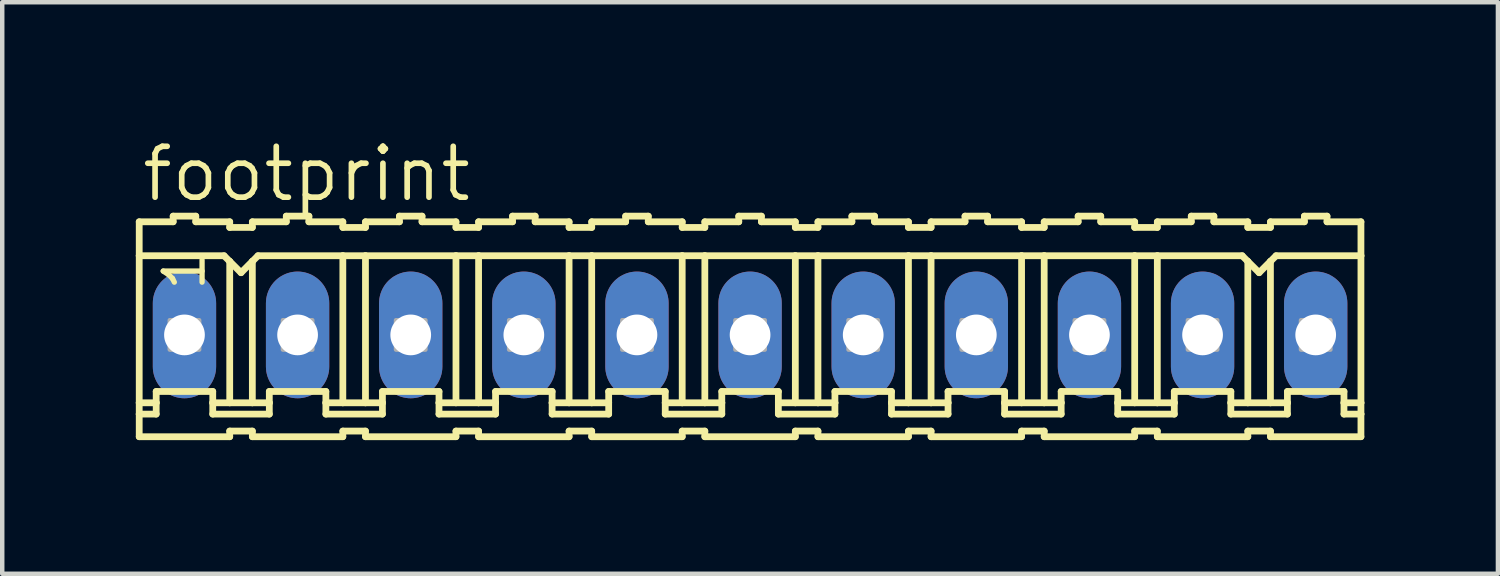
<source format=kicad_pcb>
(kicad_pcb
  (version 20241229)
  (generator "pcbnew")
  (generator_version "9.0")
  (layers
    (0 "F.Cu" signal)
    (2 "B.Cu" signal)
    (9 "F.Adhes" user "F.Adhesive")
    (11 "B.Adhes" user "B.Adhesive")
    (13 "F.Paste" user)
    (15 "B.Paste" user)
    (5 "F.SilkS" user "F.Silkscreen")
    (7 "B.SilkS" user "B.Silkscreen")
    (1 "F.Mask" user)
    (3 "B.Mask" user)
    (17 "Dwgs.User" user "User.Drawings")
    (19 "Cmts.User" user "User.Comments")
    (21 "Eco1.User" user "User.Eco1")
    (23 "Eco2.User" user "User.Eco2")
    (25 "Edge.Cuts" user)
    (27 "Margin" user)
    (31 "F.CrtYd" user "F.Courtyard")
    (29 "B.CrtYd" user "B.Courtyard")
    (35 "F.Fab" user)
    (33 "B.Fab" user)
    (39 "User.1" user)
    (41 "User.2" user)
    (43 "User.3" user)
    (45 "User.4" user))
  (footprint "footprint"
    (layer "F.Cu")
    (at 13.792 4.47)
    (property "Reference" "footprint" (at -13.716 -2.946 0) (layer "F.SilkS") (effects (font (size 1.143 1.143) (thickness 0.127)) (justify left bottom)))
    (fp_line (start -13.716 -2.54) (end -13.716 -1.778) (stroke (width 0.152) (type solid)) (layer "F.SilkS"))
    (fp_line (start -13.716 -2.54) (end -12.954 -2.54) (stroke (width 0.152) (type solid)) (layer "F.SilkS"))
    (fp_line (start -13.716 -1.778) (end -13.716 1.524) (stroke (width 0.152) (type solid)) (layer "F.SilkS"))
    (fp_line (start -13.716 1.524) (end -13.716 1.778) (stroke (width 0.152) (type solid)) (layer "F.SilkS"))
    (fp_line (start -13.716 1.778) (end -13.716 2.286) (stroke (width 0.152) (type solid)) (layer "F.SilkS"))
    (fp_line (start -13.716 1.778) (end -13.335 1.778) (stroke (width 0.152) (type solid)) (layer "F.SilkS"))
    (fp_line (start -13.335 1.27) (end -12.065 1.27) (stroke (width 0.152) (type solid)) (layer "F.SilkS"))
    (fp_line (start -13.335 1.524) (end -13.716 1.524) (stroke (width 0.152) (type solid)) (layer "F.SilkS"))
    (fp_line (start -13.335 1.524) (end -13.335 1.27) (stroke (width 0.152) (type solid)) (layer "F.SilkS"))
    (fp_line (start -13.335 1.778) (end -13.335 1.524) (stroke (width 0.152) (type solid)) (layer "F.SilkS"))
    (fp_line (start -12.954 -2.54) (end -12.954 -2.667) (stroke (width 0.152) (type solid)) (layer "F.SilkS"))
    (fp_line (start -12.446 -2.667) (end -12.954 -2.667) (stroke (width 0.152) (type solid)) (layer "F.SilkS"))
    (fp_line (start -12.446 -2.54) (end -12.446 -2.667) (stroke (width 0.152) (type solid)) (layer "F.SilkS"))
    (fp_line (start -12.065 1.524) (end -12.065 1.27) (stroke (width 0.152) (type solid)) (layer "F.SilkS"))
    (fp_line (start -12.065 1.524) (end -11.684 1.524) (stroke (width 0.152) (type solid)) (layer "F.SilkS"))
    (fp_line (start -12.065 1.778) (end -12.065 1.524) (stroke (width 0.152) (type solid)) (layer "F.SilkS"))
    (fp_line (start -11.811 -1.778) (end -13.716 -1.778) (stroke (width 0.152) (type solid)) (layer "F.SilkS"))
    (fp_line (start -11.811 -1.778) (end -11.684 -1.651) (stroke (width 0.152) (type solid)) (layer "F.SilkS"))
    (fp_line (start -11.684 -2.54) (end -12.446 -2.54) (stroke (width 0.152) (type solid)) (layer "F.SilkS"))
    (fp_line (start -11.684 -2.413) (end -11.684 -2.54) (stroke (width 0.152) (type solid)) (layer "F.SilkS"))
    (fp_line (start -11.684 -2.413) (end -11.176 -2.413) (stroke (width 0.152) (type solid)) (layer "F.SilkS"))
    (fp_line (start -11.684 -1.651) (end -11.684 1.524) (stroke (width 0.152) (type solid)) (layer "F.SilkS"))
    (fp_line (start -11.684 -1.651) (end -11.43 -1.397) (stroke (width 0.152) (type solid)) (layer "F.SilkS"))
    (fp_line (start -11.684 1.524) (end -11.176 1.524) (stroke (width 0.152) (type solid)) (layer "F.SilkS"))
    (fp_line (start -11.684 2.159) (end -11.684 2.286) (stroke (width 0.152) (type solid)) (layer "F.SilkS"))
    (fp_line (start -11.684 2.286) (end -13.716 2.286) (stroke (width 0.152) (type solid)) (layer "F.SilkS"))
    (fp_line (start -11.43 -1.397) (end -11.176 -1.651) (stroke (width 0.152) (type solid)) (layer "F.SilkS"))
    (fp_line (start -11.176 -2.54) (end -10.414 -2.54) (stroke (width 0.152) (type solid)) (layer "F.SilkS"))
    (fp_line (start -11.176 -2.413) (end -11.176 -2.54) (stroke (width 0.152) (type solid)) (layer "F.SilkS"))
    (fp_line (start -11.176 -1.651) (end -11.176 1.524) (stroke (width 0.152) (type solid)) (layer "F.SilkS"))
    (fp_line (start -11.176 -1.651) (end -11.049 -1.778) (stroke (width 0.152) (type solid)) (layer "F.SilkS"))
    (fp_line (start -11.176 1.524) (end -10.795 1.524) (stroke (width 0.152) (type solid)) (layer "F.SilkS"))
    (fp_line (start -11.176 2.159) (end -11.684 2.159) (stroke (width 0.152) (type solid)) (layer "F.SilkS"))
    (fp_line (start -11.176 2.159) (end -11.176 2.286) (stroke (width 0.152) (type solid)) (layer "F.SilkS"))
    (fp_line (start -11.176 2.286) (end -9.144 2.286) (stroke (width 0.152) (type solid)) (layer "F.SilkS"))
    (fp_line (start -11.049 -1.778) (end -9.144 -1.778) (stroke (width 0.152) (type solid)) (layer "F.SilkS"))
    (fp_line (start -10.795 1.27) (end -9.525 1.27) (stroke (width 0.152) (type solid)) (layer "F.SilkS"))
    (fp_line (start -10.795 1.524) (end -10.795 1.27) (stroke (width 0.152) (type solid)) (layer "F.SilkS"))
    (fp_line (start -10.795 1.778) (end -12.065 1.778) (stroke (width 0.152) (type solid)) (layer "F.SilkS"))
    (fp_line (start -10.795 1.778) (end -10.795 1.524) (stroke (width 0.152) (type solid)) (layer "F.SilkS"))
    (fp_line (start -10.414 -2.54) (end -10.414 -2.667) (stroke (width 0.152) (type solid)) (layer "F.SilkS"))
    (fp_line (start -9.906 -2.667) (end -10.414 -2.667) (stroke (width 0.152) (type solid)) (layer "F.SilkS"))
    (fp_line (start -9.906 -2.54) (end -9.906 -2.667) (stroke (width 0.152) (type solid)) (layer "F.SilkS"))
    (fp_line (start -9.906 -2.54) (end -9.144 -2.54) (stroke (width 0.152) (type solid)) (layer "F.SilkS"))
    (fp_line (start -9.525 1.524) (end -9.525 1.27) (stroke (width 0.152) (type solid)) (layer "F.SilkS"))
    (fp_line (start -9.525 1.524) (end -9.144 1.524) (stroke (width 0.152) (type solid)) (layer "F.SilkS"))
    (fp_line (start -9.525 1.778) (end -9.525 1.524) (stroke (width 0.152) (type solid)) (layer "F.SilkS"))
    (fp_line (start -9.525 1.778) (end -8.255 1.778) (stroke (width 0.152) (type solid)) (layer "F.SilkS"))
    (fp_line (start -9.144 -2.413) (end -9.144 -2.54) (stroke (width 0.152) (type solid)) (layer "F.SilkS"))
    (fp_line (start -9.144 -1.778) (end -9.144 1.524) (stroke (width 0.152) (type solid)) (layer "F.SilkS"))
    (fp_line (start -9.144 -1.778) (end -8.636 -1.778) (stroke (width 0.152) (type solid)) (layer "F.SilkS"))
    (fp_line (start -9.144 1.524) (end -8.636 1.524) (stroke (width 0.152) (type solid)) (layer "F.SilkS"))
    (fp_line (start -9.144 2.159) (end -9.144 2.286) (stroke (width 0.152) (type solid)) (layer "F.SilkS"))
    (fp_line (start -8.636 -2.54) (end -7.874 -2.54) (stroke (width 0.152) (type solid)) (layer "F.SilkS"))
    (fp_line (start -8.636 -2.413) (end -9.144 -2.413) (stroke (width 0.152) (type solid)) (layer "F.SilkS"))
    (fp_line (start -8.636 -2.413) (end -8.636 -2.54) (stroke (width 0.152) (type solid)) (layer "F.SilkS"))
    (fp_line (start -8.636 -1.778) (end -8.636 1.524) (stroke (width 0.152) (type solid)) (layer "F.SilkS"))
    (fp_line (start -8.636 -1.778) (end -6.604 -1.778) (stroke (width 0.152) (type solid)) (layer "F.SilkS"))
    (fp_line (start -8.636 1.524) (end -8.255 1.524) (stroke (width 0.152) (type solid)) (layer "F.SilkS"))
    (fp_line (start -8.636 2.159) (end -9.144 2.159) (stroke (width 0.152) (type solid)) (layer "F.SilkS"))
    (fp_line (start -8.636 2.159) (end -8.636 2.286) (stroke (width 0.152) (type solid)) (layer "F.SilkS"))
    (fp_line (start -8.255 1.27) (end -6.985 1.27) (stroke (width 0.152) (type solid)) (layer "F.SilkS"))
    (fp_line (start -8.255 1.524) (end -8.255 1.27) (stroke (width 0.152) (type solid)) (layer "F.SilkS"))
    (fp_line (start -8.255 1.778) (end -8.255 1.524) (stroke (width 0.152) (type solid)) (layer "F.SilkS"))
    (fp_line (start -7.874 -2.54) (end -7.874 -2.667) (stroke (width 0.152) (type solid)) (layer "F.SilkS"))
    (fp_line (start -7.366 -2.667) (end -7.874 -2.667) (stroke (width 0.152) (type solid)) (layer "F.SilkS"))
    (fp_line (start -7.366 -2.54) (end -7.366 -2.667) (stroke (width 0.152) (type solid)) (layer "F.SilkS"))
    (fp_line (start -7.366 -2.54) (end -6.604 -2.54) (stroke (width 0.152) (type solid)) (layer "F.SilkS"))
    (fp_line (start -6.985 1.524) (end -6.985 1.27) (stroke (width 0.152) (type solid)) (layer "F.SilkS"))
    (fp_line (start -6.985 1.524) (end -6.604 1.524) (stroke (width 0.152) (type solid)) (layer "F.SilkS"))
    (fp_line (start -6.985 1.778) (end -6.985 1.524) (stroke (width 0.152) (type solid)) (layer "F.SilkS"))
    (fp_line (start -6.604 -2.54) (end -6.604 -2.413) (stroke (width 0.152) (type solid)) (layer "F.SilkS"))
    (fp_line (start -6.604 -1.778) (end -6.604 1.524) (stroke (width 0.152) (type solid)) (layer "F.SilkS"))
    (fp_line (start -6.604 2.159) (end -6.604 2.286) (stroke (width 0.152) (type solid)) (layer "F.SilkS"))
    (fp_line (start -6.604 2.286) (end -8.636 2.286) (stroke (width 0.152) (type solid)) (layer "F.SilkS"))
    (fp_line (start -6.096 -2.54) (end -6.096 -2.413) (stroke (width 0.152) (type solid)) (layer "F.SilkS"))
    (fp_line (start -6.096 -2.54) (end -5.334 -2.54) (stroke (width 0.152) (type solid)) (layer "F.SilkS"))
    (fp_line (start -6.096 -2.413) (end -6.604 -2.413) (stroke (width 0.152) (type solid)) (layer "F.SilkS"))
    (fp_line (start -6.096 -1.778) (end -6.604 -1.778) (stroke (width 0.152) (type solid)) (layer "F.SilkS"))
    (fp_line (start -6.096 -1.778) (end -6.096 1.524) (stroke (width 0.152) (type solid)) (layer "F.SilkS"))
    (fp_line (start -6.096 -1.778) (end -4.064 -1.778) (stroke (width 0.152) (type solid)) (layer "F.SilkS"))
    (fp_line (start -6.096 1.524) (end -6.604 1.524) (stroke (width 0.152) (type solid)) (layer "F.SilkS"))
    (fp_line (start -6.096 2.159) (end -6.604 2.159) (stroke (width 0.152) (type solid)) (layer "F.SilkS"))
    (fp_line (start -6.096 2.159) (end -6.096 2.286) (stroke (width 0.152) (type solid)) (layer "F.SilkS"))
    (fp_line (start -5.715 1.27) (end -4.445 1.27) (stroke (width 0.152) (type solid)) (layer "F.SilkS"))
    (fp_line (start -5.715 1.524) (end -6.096 1.524) (stroke (width 0.152) (type solid)) (layer "F.SilkS"))
    (fp_line (start -5.715 1.524) (end -5.715 1.27) (stroke (width 0.152) (type solid)) (layer "F.SilkS"))
    (fp_line (start -5.715 1.778) (end -6.985 1.778) (stroke (width 0.152) (type solid)) (layer "F.SilkS"))
    (fp_line (start -5.715 1.778) (end -5.715 1.524) (stroke (width 0.152) (type solid)) (layer "F.SilkS"))
    (fp_line (start -5.334 -2.54) (end -5.334 -2.667) (stroke (width 0.152) (type solid)) (layer "F.SilkS"))
    (fp_line (start -4.826 -2.667) (end -5.334 -2.667) (stroke (width 0.152) (type solid)) (layer "F.SilkS"))
    (fp_line (start -4.826 -2.54) (end -4.826 -2.667) (stroke (width 0.152) (type solid)) (layer "F.SilkS"))
    (fp_line (start -4.445 1.524) (end -4.445 1.27) (stroke (width 0.152) (type solid)) (layer "F.SilkS"))
    (fp_line (start -4.445 1.524) (end -4.064 1.524) (stroke (width 0.152) (type solid)) (layer "F.SilkS"))
    (fp_line (start -4.445 1.778) (end -4.445 1.524) (stroke (width 0.152) (type solid)) (layer "F.SilkS"))
    (fp_line (start -4.064 -2.54) (end -4.826 -2.54) (stroke (width 0.152) (type solid)) (layer "F.SilkS"))
    (fp_line (start -4.064 -2.413) (end -4.064 -2.54) (stroke (width 0.152) (type solid)) (layer "F.SilkS"))
    (fp_line (start -4.064 -2.413) (end -3.556 -2.413) (stroke (width 0.152) (type solid)) (layer "F.SilkS"))
    (fp_line (start -4.064 -1.778) (end -4.064 1.524) (stroke (width 0.152) (type solid)) (layer "F.SilkS"))
    (fp_line (start -4.064 -1.778) (end -3.556 -1.778) (stroke (width 0.152) (type solid)) (layer "F.SilkS"))
    (fp_line (start -4.064 1.524) (end -3.556 1.524) (stroke (width 0.152) (type solid)) (layer "F.SilkS"))
    (fp_line (start -4.064 2.159) (end -4.064 2.286) (stroke (width 0.152) (type solid)) (layer "F.SilkS"))
    (fp_line (start -4.064 2.286) (end -6.096 2.286) (stroke (width 0.152) (type solid)) (layer "F.SilkS"))
    (fp_line (start -3.556 -2.54) (end -2.794 -2.54) (stroke (width 0.152) (type solid)) (layer "F.SilkS"))
    (fp_line (start -3.556 -2.413) (end -3.556 -2.54) (stroke (width 0.152) (type solid)) (layer "F.SilkS"))
    (fp_line (start -3.556 -1.778) (end -3.556 1.524) (stroke (width 0.152) (type solid)) (layer "F.SilkS"))
    (fp_line (start -3.556 -1.778) (end -1.524 -1.778) (stroke (width 0.152) (type solid)) (layer "F.SilkS"))
    (fp_line (start -3.556 1.524) (end -3.175 1.524) (stroke (width 0.152) (type solid)) (layer "F.SilkS"))
    (fp_line (start -3.556 2.159) (end -4.064 2.159) (stroke (width 0.152) (type solid)) (layer "F.SilkS"))
    (fp_line (start -3.556 2.159) (end -3.556 2.286) (stroke (width 0.152) (type solid)) (layer "F.SilkS"))
    (fp_line (start -3.175 1.27) (end -1.905 1.27) (stroke (width 0.152) (type solid)) (layer "F.SilkS"))
    (fp_line (start -3.175 1.524) (end -3.175 1.27) (stroke (width 0.152) (type solid)) (layer "F.SilkS"))
    (fp_line (start -3.175 1.778) (end -4.445 1.778) (stroke (width 0.152) (type solid)) (layer "F.SilkS"))
    (fp_line (start -3.175 1.778) (end -3.175 1.524) (stroke (width 0.152) (type solid)) (layer "F.SilkS"))
    (fp_line (start -2.794 -2.54) (end -2.794 -2.667) (stroke (width 0.152) (type solid)) (layer "F.SilkS"))
    (fp_line (start -2.286 -2.667) (end -2.794 -2.667) (stroke (width 0.152) (type solid)) (layer "F.SilkS"))
    (fp_line (start -2.286 -2.54) (end -2.286 -2.667) (stroke (width 0.152) (type solid)) (layer "F.SilkS"))
    (fp_line (start -1.905 1.524) (end -1.905 1.27) (stroke (width 0.152) (type solid)) (layer "F.SilkS"))
    (fp_line (start -1.905 1.524) (end -1.524 1.524) (stroke (width 0.152) (type solid)) (layer "F.SilkS"))
    (fp_line (start -1.905 1.778) (end -1.905 1.524) (stroke (width 0.152) (type solid)) (layer "F.SilkS"))
    (fp_line (start -1.524 -2.54) (end -2.286 -2.54) (stroke (width 0.152) (type solid)) (layer "F.SilkS"))
    (fp_line (start -1.524 -2.413) (end -1.524 -2.54) (stroke (width 0.152) (type solid)) (layer "F.SilkS"))
    (fp_line (start -1.524 -2.413) (end -1.016 -2.413) (stroke (width 0.152) (type solid)) (layer "F.SilkS"))
    (fp_line (start -1.524 -1.778) (end -1.524 1.524) (stroke (width 0.152) (type solid)) (layer "F.SilkS"))
    (fp_line (start -1.524 -1.778) (end -1.016 -1.778) (stroke (width 0.152) (type solid)) (layer "F.SilkS"))
    (fp_line (start -1.524 1.524) (end -1.016 1.524) (stroke (width 0.152) (type solid)) (layer "F.SilkS"))
    (fp_line (start -1.524 2.159) (end -1.524 2.286) (stroke (width 0.152) (type solid)) (layer "F.SilkS"))
    (fp_line (start -1.524 2.286) (end -3.556 2.286) (stroke (width 0.152) (type solid)) (layer "F.SilkS"))
    (fp_line (start -1.016 -2.54) (end -0.254 -2.54) (stroke (width 0.152) (type solid)) (layer "F.SilkS"))
    (fp_line (start -1.016 -2.413) (end -1.016 -2.54) (stroke (width 0.152) (type solid)) (layer "F.SilkS"))
    (fp_line (start -1.016 -1.778) (end -1.016 1.524) (stroke (width 0.152) (type solid)) (layer "F.SilkS"))
    (fp_line (start -1.016 -1.778) (end 1.016 -1.778) (stroke (width 0.152) (type solid)) (layer "F.SilkS"))
    (fp_line (start -1.016 1.524) (end -0.635 1.524) (stroke (width 0.152) (type solid)) (layer "F.SilkS"))
    (fp_line (start -1.016 2.159) (end -1.524 2.159) (stroke (width 0.152) (type solid)) (layer "F.SilkS"))
    (fp_line (start -1.016 2.159) (end -1.016 2.286) (stroke (width 0.152) (type solid)) (layer "F.SilkS"))
    (fp_line (start -0.635 1.27) (end 0.635 1.27) (stroke (width 0.152) (type solid)) (layer "F.SilkS"))
    (fp_line (start -0.635 1.524) (end -0.635 1.27) (stroke (width 0.152) (type solid)) (layer "F.SilkS"))
    (fp_line (start -0.635 1.778) (end -1.905 1.778) (stroke (width 0.152) (type solid)) (layer "F.SilkS"))
    (fp_line (start -0.635 1.778) (end -0.635 1.524) (stroke (width 0.152) (type solid)) (layer "F.SilkS"))
    (fp_line (start -0.254 -2.54) (end -0.254 -2.667) (stroke (width 0.152) (type solid)) (layer "F.SilkS"))
    (fp_line (start 0.254 -2.667) (end -0.254 -2.667) (stroke (width 0.152) (type solid)) (layer "F.SilkS"))
    (fp_line (start 0.254 -2.54) (end 0.254 -2.667) (stroke (width 0.152) (type solid)) (layer "F.SilkS"))
    (fp_line (start 0.635 1.524) (end 0.635 1.27) (stroke (width 0.152) (type solid)) (layer "F.SilkS"))
    (fp_line (start 0.635 1.524) (end 1.016 1.524) (stroke (width 0.152) (type solid)) (layer "F.SilkS"))
    (fp_line (start 0.635 1.778) (end 0.635 1.524) (stroke (width 0.152) (type solid)) (layer "F.SilkS"))
    (fp_line (start 1.016 -2.54) (end 0.254 -2.54) (stroke (width 0.152) (type solid)) (layer "F.SilkS"))
    (fp_line (start 1.016 -2.413) (end 1.016 -2.54) (stroke (width 0.152) (type solid)) (layer "F.SilkS"))
    (fp_line (start 1.016 -2.413) (end 1.524 -2.413) (stroke (width 0.152) (type solid)) (layer "F.SilkS"))
    (fp_line (start 1.016 -1.778) (end 1.016 1.524) (stroke (width 0.152) (type solid)) (layer "F.SilkS"))
    (fp_line (start 1.016 -1.778) (end 1.524 -1.778) (stroke (width 0.152) (type solid)) (layer "F.SilkS"))
    (fp_line (start 1.016 1.524) (end 1.524 1.524) (stroke (width 0.152) (type solid)) (layer "F.SilkS"))
    (fp_line (start 1.016 2.159) (end 1.016 2.286) (stroke (width 0.152) (type solid)) (layer "F.SilkS"))
    (fp_line (start 1.016 2.286) (end -1.016 2.286) (stroke (width 0.152) (type solid)) (layer "F.SilkS"))
    (fp_line (start 1.524 -2.54) (end 2.286 -2.54) (stroke (width 0.152) (type solid)) (layer "F.SilkS"))
    (fp_line (start 1.524 -2.413) (end 1.524 -2.54) (stroke (width 0.152) (type solid)) (layer "F.SilkS"))
    (fp_line (start 1.524 -1.778) (end 1.524 1.524) (stroke (width 0.152) (type solid)) (layer "F.SilkS"))
    (fp_line (start 1.524 -1.778) (end 3.556 -1.778) (stroke (width 0.152) (type solid)) (layer "F.SilkS"))
    (fp_line (start 1.524 1.524) (end 1.905 1.524) (stroke (width 0.152) (type solid)) (layer "F.SilkS"))
    (fp_line (start 1.524 2.159) (end 1.016 2.159) (stroke (width 0.152) (type solid)) (layer "F.SilkS"))
    (fp_line (start 1.524 2.159) (end 1.524 2.286) (stroke (width 0.152) (type solid)) (layer "F.SilkS"))
    (fp_line (start 1.905 1.27) (end 3.175 1.27) (stroke (width 0.152) (type solid)) (layer "F.SilkS"))
    (fp_line (start 1.905 1.524) (end 1.905 1.27) (stroke (width 0.152) (type solid)) (layer "F.SilkS"))
    (fp_line (start 1.905 1.778) (end 0.635 1.778) (stroke (width 0.152) (type solid)) (layer "F.SilkS"))
    (fp_line (start 1.905 1.778) (end 1.905 1.524) (stroke (width 0.152) (type solid)) (layer "F.SilkS"))
    (fp_line (start 2.286 -2.54) (end 2.286 -2.667) (stroke (width 0.152) (type solid)) (layer "F.SilkS"))
    (fp_line (start 2.794 -2.667) (end 2.286 -2.667) (stroke (width 0.152) (type solid)) (layer "F.SilkS"))
    (fp_line (start 2.794 -2.54) (end 2.794 -2.667) (stroke (width 0.152) (type solid)) (layer "F.SilkS"))
    (fp_line (start 3.175 1.524) (end 3.175 1.27) (stroke (width 0.152) (type solid)) (layer "F.SilkS"))
    (fp_line (start 3.175 1.524) (end 3.556 1.524) (stroke (width 0.152) (type solid)) (layer "F.SilkS"))
    (fp_line (start 3.175 1.778) (end 3.175 1.524) (stroke (width 0.152) (type solid)) (layer "F.SilkS"))
    (fp_line (start 3.556 -2.54) (end 2.794 -2.54) (stroke (width 0.152) (type solid)) (layer "F.SilkS"))
    (fp_line (start 3.556 -2.413) (end 3.556 -2.54) (stroke (width 0.152) (type solid)) (layer "F.SilkS"))
    (fp_line (start 3.556 -2.413) (end 4.064 -2.413) (stroke (width 0.152) (type solid)) (layer "F.SilkS"))
    (fp_line (start 3.556 -1.778) (end 3.556 1.524) (stroke (width 0.152) (type solid)) (layer "F.SilkS"))
    (fp_line (start 3.556 -1.778) (end 4.064 -1.778) (stroke (width 0.152) (type solid)) (layer "F.SilkS"))
    (fp_line (start 3.556 1.524) (end 4.064 1.524) (stroke (width 0.152) (type solid)) (layer "F.SilkS"))
    (fp_line (start 3.556 2.159) (end 3.556 2.286) (stroke (width 0.152) (type solid)) (layer "F.SilkS"))
    (fp_line (start 3.556 2.286) (end 1.524 2.286) (stroke (width 0.152) (type solid)) (layer "F.SilkS"))
    (fp_line (start 4.064 -2.54) (end 4.826 -2.54) (stroke (width 0.152) (type solid)) (layer "F.SilkS"))
    (fp_line (start 4.064 -2.413) (end 4.064 -2.54) (stroke (width 0.152) (type solid)) (layer "F.SilkS"))
    (fp_line (start 4.064 -1.778) (end 4.064 1.524) (stroke (width 0.152) (type solid)) (layer "F.SilkS"))
    (fp_line (start 4.064 -1.778) (end 6.096 -1.778) (stroke (width 0.152) (type solid)) (layer "F.SilkS"))
    (fp_line (start 4.064 1.524) (end 4.445 1.524) (stroke (width 0.152) (type solid)) (layer "F.SilkS"))
    (fp_line (start 4.064 2.159) (end 3.556 2.159) (stroke (width 0.152) (type solid)) (layer "F.SilkS"))
    (fp_line (start 4.064 2.159) (end 4.064 2.286) (stroke (width 0.152) (type solid)) (layer "F.SilkS"))
    (fp_line (start 4.445 1.27) (end 5.715 1.27) (stroke (width 0.152) (type solid)) (layer "F.SilkS"))
    (fp_line (start 4.445 1.524) (end 4.445 1.27) (stroke (width 0.152) (type solid)) (layer "F.SilkS"))
    (fp_line (start 4.445 1.778) (end 3.175 1.778) (stroke (width 0.152) (type solid)) (layer "F.SilkS"))
    (fp_line (start 4.445 1.778) (end 4.445 1.524) (stroke (width 0.152) (type solid)) (layer "F.SilkS"))
    (fp_line (start 4.826 -2.54) (end 4.826 -2.667) (stroke (width 0.152) (type solid)) (layer "F.SilkS"))
    (fp_line (start 5.334 -2.667) (end 4.826 -2.667) (stroke (width 0.152) (type solid)) (layer "F.SilkS"))
    (fp_line (start 5.334 -2.54) (end 5.334 -2.667) (stroke (width 0.152) (type solid)) (layer "F.SilkS"))
    (fp_line (start 5.715 1.524) (end 5.715 1.27) (stroke (width 0.152) (type solid)) (layer "F.SilkS"))
    (fp_line (start 5.715 1.524) (end 6.096 1.524) (stroke (width 0.152) (type solid)) (layer "F.SilkS"))
    (fp_line (start 5.715 1.778) (end 5.715 1.524) (stroke (width 0.152) (type solid)) (layer "F.SilkS"))
    (fp_line (start 6.096 -2.54) (end 5.334 -2.54) (stroke (width 0.152) (type solid)) (layer "F.SilkS"))
    (fp_line (start 6.096 -2.413) (end 6.096 -2.54) (stroke (width 0.152) (type solid)) (layer "F.SilkS"))
    (fp_line (start 6.096 -2.413) (end 6.604 -2.413) (stroke (width 0.152) (type solid)) (layer "F.SilkS"))
    (fp_line (start 6.096 -1.778) (end 6.096 1.524) (stroke (width 0.152) (type solid)) (layer "F.SilkS"))
    (fp_line (start 6.096 -1.778) (end 6.604 -1.778) (stroke (width 0.152) (type solid)) (layer "F.SilkS"))
    (fp_line (start 6.096 1.524) (end 6.604 1.524) (stroke (width 0.152) (type solid)) (layer "F.SilkS"))
    (fp_line (start 6.096 2.159) (end 6.096 2.286) (stroke (width 0.152) (type solid)) (layer "F.SilkS"))
    (fp_line (start 6.096 2.286) (end 4.064 2.286) (stroke (width 0.152) (type solid)) (layer "F.SilkS"))
    (fp_line (start 6.604 -2.54) (end 7.366 -2.54) (stroke (width 0.152) (type solid)) (layer "F.SilkS"))
    (fp_line (start 6.604 -2.413) (end 6.604 -2.54) (stroke (width 0.152) (type solid)) (layer "F.SilkS"))
    (fp_line (start 6.604 -1.778) (end 6.604 1.524) (stroke (width 0.152) (type solid)) (layer "F.SilkS"))
    (fp_line (start 6.604 -1.778) (end 8.636 -1.778) (stroke (width 0.152) (type solid)) (layer "F.SilkS"))
    (fp_line (start 6.604 1.524) (end 6.985 1.524) (stroke (width 0.152) (type solid)) (layer "F.SilkS"))
    (fp_line (start 6.604 2.159) (end 6.096 2.159) (stroke (width 0.152) (type solid)) (layer "F.SilkS"))
    (fp_line (start 6.604 2.159) (end 6.604 2.286) (stroke (width 0.152) (type solid)) (layer "F.SilkS"))
    (fp_line (start 6.985 1.27) (end 8.255 1.27) (stroke (width 0.152) (type solid)) (layer "F.SilkS"))
    (fp_line (start 6.985 1.524) (end 6.985 1.27) (stroke (width 0.152) (type solid)) (layer "F.SilkS"))
    (fp_line (start 6.985 1.778) (end 5.715 1.778) (stroke (width 0.152) (type solid)) (layer "F.SilkS"))
    (fp_line (start 6.985 1.778) (end 6.985 1.524) (stroke (width 0.152) (type solid)) (layer "F.SilkS"))
    (fp_line (start 7.366 -2.54) (end 7.366 -2.667) (stroke (width 0.152) (type solid)) (layer "F.SilkS"))
    (fp_line (start 7.874 -2.667) (end 7.366 -2.667) (stroke (width 0.152) (type solid)) (layer "F.SilkS"))
    (fp_line (start 7.874 -2.54) (end 7.874 -2.667) (stroke (width 0.152) (type solid)) (layer "F.SilkS"))
    (fp_line (start 8.255 1.524) (end 8.255 1.27) (stroke (width 0.152) (type solid)) (layer "F.SilkS"))
    (fp_line (start 8.255 1.524) (end 8.636 1.524) (stroke (width 0.152) (type solid)) (layer "F.SilkS"))
    (fp_line (start 8.255 1.778) (end 8.255 1.524) (stroke (width 0.152) (type solid)) (layer "F.SilkS"))
    (fp_line (start 8.636 -2.54) (end 7.874 -2.54) (stroke (width 0.152) (type solid)) (layer "F.SilkS"))
    (fp_line (start 8.636 -2.413) (end 8.636 -2.54) (stroke (width 0.152) (type solid)) (layer "F.SilkS"))
    (fp_line (start 8.636 -2.413) (end 9.144 -2.413) (stroke (width 0.152) (type solid)) (layer "F.SilkS"))
    (fp_line (start 8.636 -1.778) (end 8.636 1.524) (stroke (width 0.152) (type solid)) (layer "F.SilkS"))
    (fp_line (start 8.636 -1.778) (end 9.144 -1.778) (stroke (width 0.152) (type solid)) (layer "F.SilkS"))
    (fp_line (start 8.636 1.524) (end 9.144 1.524) (stroke (width 0.152) (type solid)) (layer "F.SilkS"))
    (fp_line (start 8.636 2.159) (end 8.636 2.286) (stroke (width 0.152) (type solid)) (layer "F.SilkS"))
    (fp_line (start 8.636 2.286) (end 6.604 2.286) (stroke (width 0.152) (type solid)) (layer "F.SilkS"))
    (fp_line (start 9.144 -2.54) (end 9.906 -2.54) (stroke (width 0.152) (type solid)) (layer "F.SilkS"))
    (fp_line (start 9.144 -2.413) (end 9.144 -2.54) (stroke (width 0.152) (type solid)) (layer "F.SilkS"))
    (fp_line (start 9.144 -1.778) (end 9.144 1.524) (stroke (width 0.152) (type solid)) (layer "F.SilkS"))
    (fp_line (start 9.144 -1.778) (end 11.049 -1.778) (stroke (width 0.152) (type solid)) (layer "F.SilkS"))
    (fp_line (start 9.144 1.524) (end 9.525 1.524) (stroke (width 0.152) (type solid)) (layer "F.SilkS"))
    (fp_line (start 9.144 2.159) (end 8.636 2.159) (stroke (width 0.152) (type solid)) (layer "F.SilkS"))
    (fp_line (start 9.144 2.159) (end 9.144 2.286) (stroke (width 0.152) (type solid)) (layer "F.SilkS"))
    (fp_line (start 9.525 1.27) (end 10.795 1.27) (stroke (width 0.152) (type solid)) (layer "F.SilkS"))
    (fp_line (start 9.525 1.524) (end 9.525 1.27) (stroke (width 0.152) (type solid)) (layer "F.SilkS"))
    (fp_line (start 9.525 1.778) (end 8.255 1.778) (stroke (width 0.152) (type solid)) (layer "F.SilkS"))
    (fp_line (start 9.525 1.778) (end 9.525 1.524) (stroke (width 0.152) (type solid)) (layer "F.SilkS"))
    (fp_line (start 9.906 -2.54) (end 9.906 -2.667) (stroke (width 0.152) (type solid)) (layer "F.SilkS"))
    (fp_line (start 10.414 -2.667) (end 9.906 -2.667) (stroke (width 0.152) (type solid)) (layer "F.SilkS"))
    (fp_line (start 10.414 -2.54) (end 10.414 -2.667) (stroke (width 0.152) (type solid)) (layer "F.SilkS"))
    (fp_line (start 10.414 -2.54) (end 11.176 -2.54) (stroke (width 0.152) (type solid)) (layer "F.SilkS"))
    (fp_line (start 10.795 1.524) (end 10.795 1.27) (stroke (width 0.152) (type solid)) (layer "F.SilkS"))
    (fp_line (start 10.795 1.524) (end 11.176 1.524) (stroke (width 0.152) (type solid)) (layer "F.SilkS"))
    (fp_line (start 10.795 1.778) (end 10.795 1.524) (stroke (width 0.152) (type solid)) (layer "F.SilkS"))
    (fp_line (start 10.795 1.778) (end 12.065 1.778) (stroke (width 0.152) (type solid)) (layer "F.SilkS"))
    (fp_line (start 11.049 -1.778) (end 11.176 -1.651) (stroke (width 0.152) (type solid)) (layer "F.SilkS"))
    (fp_line (start 11.176 -2.413) (end 11.176 -2.54) (stroke (width 0.152) (type solid)) (layer "F.SilkS"))
    (fp_line (start 11.176 -1.651) (end 11.176 1.524) (stroke (width 0.152) (type solid)) (layer "F.SilkS"))
    (fp_line (start 11.176 -1.651) (end 11.43 -1.397) (stroke (width 0.152) (type solid)) (layer "F.SilkS"))
    (fp_line (start 11.176 1.524) (end 11.684 1.524) (stroke (width 0.152) (type solid)) (layer "F.SilkS"))
    (fp_line (start 11.176 2.159) (end 11.176 2.286) (stroke (width 0.152) (type solid)) (layer "F.SilkS"))
    (fp_line (start 11.176 2.286) (end 9.144 2.286) (stroke (width 0.152) (type solid)) (layer "F.SilkS"))
    (fp_line (start 11.43 -1.397) (end 11.684 -1.651) (stroke (width 0.152) (type solid)) (layer "F.SilkS"))
    (fp_line (start 11.684 -2.54) (end 12.446 -2.54) (stroke (width 0.152) (type solid)) (layer "F.SilkS"))
    (fp_line (start 11.684 -2.413) (end 11.176 -2.413) (stroke (width 0.152) (type solid)) (layer "F.SilkS"))
    (fp_line (start 11.684 -2.413) (end 11.684 -2.54) (stroke (width 0.152) (type solid)) (layer "F.SilkS"))
    (fp_line (start 11.684 -1.651) (end 11.684 1.524) (stroke (width 0.152) (type solid)) (layer "F.SilkS"))
    (fp_line (start 11.684 -1.651) (end 11.811 -1.778) (stroke (width 0.152) (type solid)) (layer "F.SilkS"))
    (fp_line (start 11.684 1.524) (end 12.065 1.524) (stroke (width 0.152) (type solid)) (layer "F.SilkS"))
    (fp_line (start 11.684 2.159) (end 11.176 2.159) (stroke (width 0.152) (type solid)) (layer "F.SilkS"))
    (fp_line (start 11.684 2.159) (end 11.684 2.286) (stroke (width 0.152) (type solid)) (layer "F.SilkS"))
    (fp_line (start 11.811 -1.778) (end 13.716 -1.778) (stroke (width 0.152) (type solid)) (layer "F.SilkS"))
    (fp_line (start 12.065 1.27) (end 13.335 1.27) (stroke (width 0.152) (type solid)) (layer "F.SilkS"))
    (fp_line (start 12.065 1.524) (end 12.065 1.27) (stroke (width 0.152) (type solid)) (layer "F.SilkS"))
    (fp_line (start 12.065 1.778) (end 12.065 1.524) (stroke (width 0.152) (type solid)) (layer "F.SilkS"))
    (fp_line (start 12.446 -2.54) (end 12.446 -2.667) (stroke (width 0.152) (type solid)) (layer "F.SilkS"))
    (fp_line (start 12.954 -2.667) (end 12.446 -2.667) (stroke (width 0.152) (type solid)) (layer "F.SilkS"))
    (fp_line (start 12.954 -2.54) (end 12.954 -2.667) (stroke (width 0.152) (type solid)) (layer "F.SilkS"))
    (fp_line (start 12.954 -2.54) (end 13.716 -2.54) (stroke (width 0.152) (type solid)) (layer "F.SilkS"))
    (fp_line (start 13.335 1.524) (end 13.335 1.27) (stroke (width 0.152) (type solid)) (layer "F.SilkS"))
    (fp_line (start 13.335 1.524) (end 13.716 1.524) (stroke (width 0.152) (type solid)) (layer "F.SilkS"))
    (fp_line (start 13.335 1.778) (end 13.335 1.524) (stroke (width 0.152) (type solid)) (layer "F.SilkS"))
    (fp_line (start 13.716 -1.778) (end 13.716 -2.54) (stroke (width 0.152) (type solid)) (layer "F.SilkS"))
    (fp_line (start 13.716 -1.778) (end 13.716 1.524) (stroke (width 0.152) (type solid)) (layer "F.SilkS"))
    (fp_line (start 13.716 1.524) (end 13.716 1.778) (stroke (width 0.152) (type solid)) (layer "F.SilkS"))
    (fp_line (start 13.716 1.778) (end 13.335 1.778) (stroke (width 0.152) (type solid)) (layer "F.SilkS"))
    (fp_line (start 13.716 1.778) (end 13.716 2.286) (stroke (width 0.152) (type solid)) (layer "F.SilkS"))
    (fp_line (start 13.716 2.286) (end 11.684 2.286) (stroke (width 0.152) (type solid)) (layer "F.SilkS"))
    (fp_poly (pts (xy -13.03 0.33) (xy -12.37 0.33) (xy -12.37 -0.33) (xy -13.03 -0.33)) (stroke (width 0.1) (type solid)) (fill no) (layer "F.Fab"))
    (fp_poly (pts (xy -10.49 0.33) (xy -9.83 0.33) (xy -9.83 -0.33) (xy -10.49 -0.33)) (stroke (width 0.1) (type solid)) (fill no) (layer "F.Fab"))
    (fp_poly (pts (xy -7.95 0.33) (xy -7.29 0.33) (xy -7.29 -0.33) (xy -7.95 -0.33)) (stroke (width 0.1) (type solid)) (fill no) (layer "F.Fab"))
    (fp_poly (pts (xy -5.41 0.33) (xy -4.75 0.33) (xy -4.75 -0.33) (xy -5.41 -0.33)) (stroke (width 0.1) (type solid)) (fill no) (layer "F.Fab"))
    (fp_poly (pts (xy -2.87 0.33) (xy -2.21 0.33) (xy -2.21 -0.33) (xy -2.87 -0.33)) (stroke (width 0.1) (type solid)) (fill no) (layer "F.Fab"))
    (fp_poly (pts (xy -0.33 0.33) (xy 0.33 0.33) (xy 0.33 -0.33) (xy -0.33 -0.33)) (stroke (width 0.1) (type solid)) (fill no) (layer "F.Fab"))
    (fp_poly (pts (xy 2.21 0.33) (xy 2.87 0.33) (xy 2.87 -0.33) (xy 2.21 -0.33)) (stroke (width 0.1) (type solid)) (fill no) (layer "F.Fab"))
    (fp_poly (pts (xy 4.75 0.33) (xy 5.41 0.33) (xy 5.41 -0.33) (xy 4.75 -0.33)) (stroke (width 0.1) (type solid)) (fill no) (layer "F.Fab"))
    (fp_poly (pts (xy 7.29 0.33) (xy 7.95 0.33) (xy 7.95 -0.33) (xy 7.29 -0.33)) (stroke (width 0.1) (type solid)) (fill no) (layer "F.Fab"))
    (fp_poly (pts (xy 9.83 0.33) (xy 10.49 0.33) (xy 10.49 -0.33) (xy 9.83 -0.33)) (stroke (width 0.1) (type solid)) (fill no) (layer "F.Fab"))
    (fp_poly (pts (xy 12.37 0.33) (xy 13.03 0.33) (xy 13.03 -0.33) (xy 12.37 -0.33)) (stroke (width 0.1) (type solid)) (fill no) (layer "F.Fab"))
    (fp_text user "1" (at -12.192 -0.94 90) (layer "F.SilkS") (effects (font (size 0.872 0.872) (thickness 0.119)) (justify left bottom)))
    (pad "1" thru_hole oval (at -12.7 0 90) (size 2.845 1.422) (drill 0.914) (layers "*.Cu" "*.Mask"))
    (pad "2" thru_hole oval (at -10.16 0 90) (size 2.845 1.422) (drill 0.914) (layers "*.Cu" "*.Mask"))
    (pad "3" thru_hole oval (at -7.62 0 90) (size 2.845 1.422) (drill 0.914) (layers "*.Cu" "*.Mask"))
    (pad "4" thru_hole oval (at -5.08 0 90) (size 2.845 1.422) (drill 0.914) (layers "*.Cu" "*.Mask"))
    (pad "5" thru_hole oval (at -2.54 0 90) (size 2.845 1.422) (drill 0.914) (layers "*.Cu" "*.Mask"))
    (pad "6" thru_hole oval (at 0 0 90) (size 2.845 1.422) (drill 0.914) (layers "*.Cu" "*.Mask"))
    (pad "7" thru_hole oval (at 2.54 0 90) (size 2.845 1.422) (drill 0.914) (layers "*.Cu" "*.Mask"))
    (pad "8" thru_hole oval (at 5.08 0 90) (size 2.845 1.422) (drill 0.914) (layers "*.Cu" "*.Mask"))
    (pad "9" thru_hole oval (at 7.62 0 90) (size 2.845 1.422) (drill 0.914) (layers "*.Cu" "*.Mask"))
    (pad "10" thru_hole oval (at 10.16 0 90) (size 2.845 1.422) (drill 0.914) (layers "*.Cu" "*.Mask"))
    (pad "11" thru_hole oval (at 12.7 0 90) (size 2.845 1.422) (drill 0.914) (layers "*.Cu" "*.Mask")))
  (gr_rect
    (start -3 -3)
    (end 30.584 9.833)
    (stroke (width 0.1) (type default))
    (fill no)
    (layer "Edge.Cuts")))
</source>
